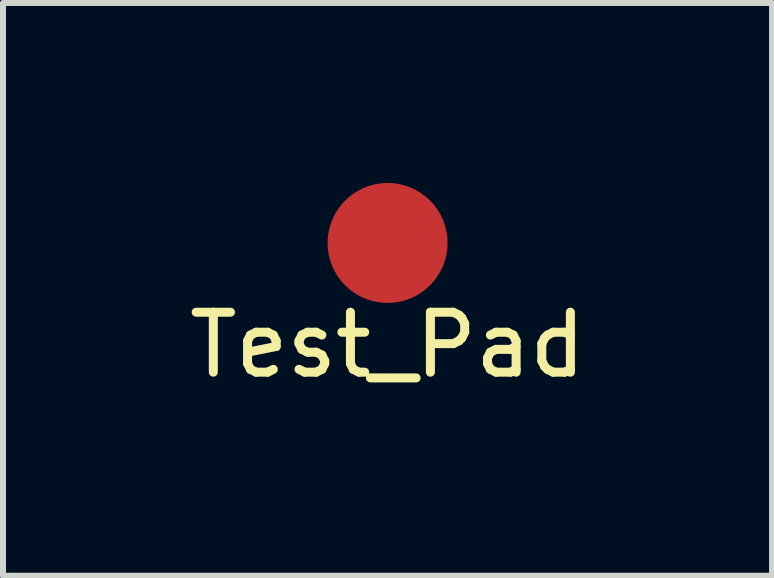
<source format=kicad_pcb>
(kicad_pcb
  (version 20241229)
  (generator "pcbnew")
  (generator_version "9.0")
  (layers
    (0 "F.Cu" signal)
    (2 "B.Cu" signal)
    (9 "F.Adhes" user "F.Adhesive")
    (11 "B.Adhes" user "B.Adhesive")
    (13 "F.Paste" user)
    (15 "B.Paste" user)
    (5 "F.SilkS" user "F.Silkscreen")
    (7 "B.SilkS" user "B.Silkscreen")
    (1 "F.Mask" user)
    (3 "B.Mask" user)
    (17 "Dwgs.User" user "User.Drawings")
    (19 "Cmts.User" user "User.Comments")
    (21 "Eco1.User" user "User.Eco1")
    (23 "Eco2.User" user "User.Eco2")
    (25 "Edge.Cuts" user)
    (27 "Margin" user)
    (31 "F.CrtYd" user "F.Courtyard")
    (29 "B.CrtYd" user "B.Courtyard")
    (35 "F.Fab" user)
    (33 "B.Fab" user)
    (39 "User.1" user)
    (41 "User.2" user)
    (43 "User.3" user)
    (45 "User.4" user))
  (footprint "Test_Pad"
    (layer "F.Cu")
    (at 3.411 1)
    (property "Reference" "Test_Pad" (at 0 1.7 0) (layer "F.SilkS") (effects (font (size 1 1) (thickness 0.15))))
    (attr through_hole)
    (pad "1" smd circle (at 0 0) (size 2 2) (layers "F.Cu" "F.Mask" "F.Paste")))
  (gr_rect
    (start -3 -3)
    (end 9.821 6.548)
    (stroke (width 0.1) (type default))
    (fill no)
    (layer "Edge.Cuts")))
</source>
